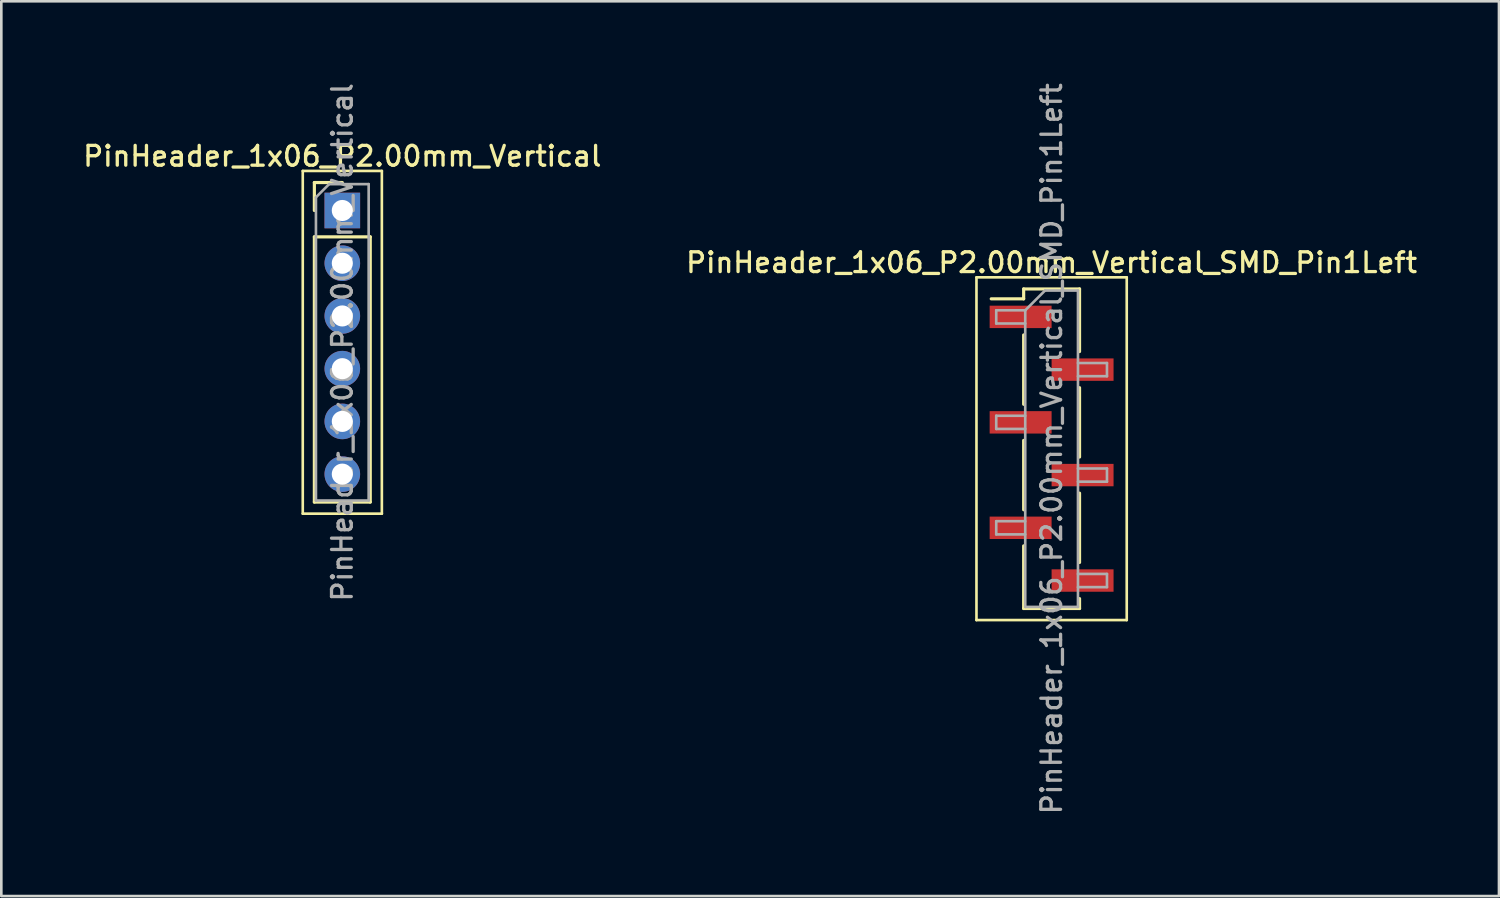
<source format=kicad_pcb>
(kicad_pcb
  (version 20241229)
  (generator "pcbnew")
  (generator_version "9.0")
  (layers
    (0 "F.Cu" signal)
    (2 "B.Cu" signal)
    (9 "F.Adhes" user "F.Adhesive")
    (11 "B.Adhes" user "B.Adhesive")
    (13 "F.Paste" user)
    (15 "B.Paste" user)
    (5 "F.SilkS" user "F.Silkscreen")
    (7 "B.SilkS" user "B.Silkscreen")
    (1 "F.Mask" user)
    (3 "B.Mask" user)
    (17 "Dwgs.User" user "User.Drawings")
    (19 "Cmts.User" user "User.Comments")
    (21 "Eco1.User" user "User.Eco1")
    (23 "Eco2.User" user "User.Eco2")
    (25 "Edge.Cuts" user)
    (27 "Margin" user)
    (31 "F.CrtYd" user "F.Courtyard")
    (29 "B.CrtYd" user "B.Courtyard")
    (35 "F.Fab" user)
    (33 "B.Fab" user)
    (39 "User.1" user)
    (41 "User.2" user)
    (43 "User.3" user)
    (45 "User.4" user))
  (footprint "PinHeader_1x06_P2.00mm_Vertical"
    (layer "F.Cu")
    (at 9.934 4.934)
    (property "Reference" "PinHeader_1x06_P2.00mm_Vertical" (at 0 -2.06 0) (layer "F.SilkS") (effects (font (size 0.75 0.75) (thickness 0.125))))
    (attr through_hole)
    (fp_line (start -1.5 -1.5) (end -1.5 11.5) (stroke (width 0.1) (type solid)) (layer "F.SilkS"))
    (fp_line (start -1.5 11.5) (end 1.5 11.5) (stroke (width 0.1) (type solid)) (layer "F.SilkS"))
    (fp_line (start -1.06 -1.06) (end 0 -1.06) (stroke (width 0.12) (type solid)) (layer "F.SilkS"))
    (fp_line (start -1.06 0) (end -1.06 -1.06) (stroke (width 0.12) (type solid)) (layer "F.SilkS"))
    (fp_line (start -1.06 1) (end -1.06 11.06) (stroke (width 0.12) (type solid)) (layer "F.SilkS"))
    (fp_line (start -1.06 1) (end 1.06 1) (stroke (width 0.12) (type solid)) (layer "F.SilkS"))
    (fp_line (start -1.06 11.06) (end 1.06 11.06) (stroke (width 0.12) (type solid)) (layer "F.SilkS"))
    (fp_line (start 1.06 1) (end 1.06 11.06) (stroke (width 0.12) (type solid)) (layer "F.SilkS"))
    (fp_line (start 1.5 -1.5) (end -1.5 -1.5) (stroke (width 0.1) (type solid)) (layer "F.SilkS"))
    (fp_line (start 1.5 11.5) (end 1.5 -1.5) (stroke (width 0.1) (type solid)) (layer "F.SilkS"))
    (fp_line (start -1 -0.5) (end -0.5 -1) (stroke (width 0.1) (type solid)) (layer "F.Fab"))
    (fp_line (start -1 11) (end -1 -0.5) (stroke (width 0.1) (type solid)) (layer "F.Fab"))
    (fp_line (start -0.5 -1) (end 1 -1) (stroke (width 0.1) (type solid)) (layer "F.Fab"))
    (fp_line (start 1 -1) (end 1 11) (stroke (width 0.1) (type solid)) (layer "F.Fab"))
    (fp_line (start 1 11) (end -1 11) (stroke (width 0.1) (type solid)) (layer "F.Fab"))
    (fp_text user "${REFERENCE}" (at 0 5 90) (layer "F.Fab") (effects (font (size 0.75 0.75) (thickness 0.125))))
    (pad "1" thru_hole rect (at 0 0) (size 1.35 1.35) (drill 0.8) (layers "*.Cu" "*.Mask"))
    (pad "2" thru_hole oval (at 0 2) (size 1.35 1.35) (drill 0.8) (layers "*.Cu" "*.Mask"))
    (pad "3" thru_hole oval (at 0 4) (size 1.35 1.35) (drill 0.8) (layers "*.Cu" "*.Mask"))
    (pad "4" thru_hole oval (at 0 6) (size 1.35 1.35) (drill 0.8) (layers "*.Cu" "*.Mask"))
    (pad "5" thru_hole oval (at 0 8) (size 1.35 1.35) (drill 0.8) (layers "*.Cu" "*.Mask"))
    (pad "6" thru_hole oval (at 0 10) (size 1.35 1.35) (drill 0.8) (layers "*.Cu" "*.Mask")))
  (footprint "PinHeader_1x06_P2.00mm_Vertical_SMD_Pin1Left"
    (layer "F.Cu")
    (at 36.838 13.97)
    (property "Reference" "PinHeader_1x06_P2.00mm_Vertical_SMD_Pin1Left" (at 0 -7.06 0) (layer "F.SilkS") (effects (font (size 0.75 0.75) (thickness 0.125))))
    (attr smd)
    (fp_line (start -2.85 -6.5) (end -2.85 6.5) (stroke (width 0.1) (type solid)) (layer "F.SilkS"))
    (fp_line (start -2.85 6.5) (end 2.85 6.5) (stroke (width 0.1) (type solid)) (layer "F.SilkS"))
    (fp_line (start -1.06 -6.06) (end -1.06 -5.685) (stroke (width 0.12) (type solid)) (layer "F.SilkS"))
    (fp_line (start -1.06 -6.06) (end 1.06 -6.06) (stroke (width 0.12) (type solid)) (layer "F.SilkS"))
    (fp_line (start -1.06 -5.685) (end -2.29 -5.685) (stroke (width 0.12) (type solid)) (layer "F.SilkS"))
    (fp_line (start -1.06 -4.315) (end -1.06 -1.685) (stroke (width 0.12) (type solid)) (layer "F.SilkS"))
    (fp_line (start -1.06 -0.315) (end -1.06 2.315) (stroke (width 0.12) (type solid)) (layer "F.SilkS"))
    (fp_line (start -1.06 3.685) (end -1.06 6.06) (stroke (width 0.12) (type solid)) (layer "F.SilkS"))
    (fp_line (start -1.06 6.06) (end 1.06 6.06) (stroke (width 0.12) (type solid)) (layer "F.SilkS"))
    (fp_line (start 1.06 -6.06) (end 1.06 -3.685) (stroke (width 0.12) (type solid)) (layer "F.SilkS"))
    (fp_line (start 1.06 -2.315) (end 1.06 0.315) (stroke (width 0.12) (type solid)) (layer "F.SilkS"))
    (fp_line (start 1.06 1.685) (end 1.06 4.315) (stroke (width 0.12) (type solid)) (layer "F.SilkS"))
    (fp_line (start 1.06 5.685) (end 1.06 6.06) (stroke (width 0.12) (type solid)) (layer "F.SilkS"))
    (fp_line (start 2.85 -6.5) (end -2.85 -6.5) (stroke (width 0.1) (type solid)) (layer "F.SilkS"))
    (fp_line (start 2.85 6.5) (end 2.85 -6.5) (stroke (width 0.1) (type solid)) (layer "F.SilkS"))
    (fp_line (start -2.1 -5.25) (end -2.1 -4.75) (stroke (width 0.1) (type solid)) (layer "F.Fab"))
    (fp_line (start -2.1 -4.75) (end -1 -4.75) (stroke (width 0.1) (type solid)) (layer "F.Fab"))
    (fp_line (start -2.1 -1.25) (end -2.1 -0.75) (stroke (width 0.1) (type solid)) (layer "F.Fab"))
    (fp_line (start -2.1 -0.75) (end -1 -0.75) (stroke (width 0.1) (type solid)) (layer "F.Fab"))
    (fp_line (start -2.1 2.75) (end -2.1 3.25) (stroke (width 0.1) (type solid)) (layer "F.Fab"))
    (fp_line (start -2.1 3.25) (end -1 3.25) (stroke (width 0.1) (type solid)) (layer "F.Fab"))
    (fp_line (start -1 -5.25) (end -2.1 -5.25) (stroke (width 0.1) (type solid)) (layer "F.Fab"))
    (fp_line (start -1 -5.25) (end -0.25 -6) (stroke (width 0.1) (type solid)) (layer "F.Fab"))
    (fp_line (start -1 -1.25) (end -2.1 -1.25) (stroke (width 0.1) (type solid)) (layer "F.Fab"))
    (fp_line (start -1 2.75) (end -2.1 2.75) (stroke (width 0.1) (type solid)) (layer "F.Fab"))
    (fp_line (start -1 6) (end -1 -5.25) (stroke (width 0.1) (type solid)) (layer "F.Fab"))
    (fp_line (start -0.25 -6) (end 1 -6) (stroke (width 0.1) (type solid)) (layer "F.Fab"))
    (fp_line (start 1 -6) (end 1 6) (stroke (width 0.1) (type solid)) (layer "F.Fab"))
    (fp_line (start 1 -3.25) (end 2.1 -3.25) (stroke (width 0.1) (type solid)) (layer "F.Fab"))
    (fp_line (start 1 0.75) (end 2.1 0.75) (stroke (width 0.1) (type solid)) (layer "F.Fab"))
    (fp_line (start 1 4.75) (end 2.1 4.75) (stroke (width 0.1) (type solid)) (layer "F.Fab"))
    (fp_line (start 1 6) (end -1 6) (stroke (width 0.1) (type solid)) (layer "F.Fab"))
    (fp_line (start 2.1 -3.25) (end 2.1 -2.75) (stroke (width 0.1) (type solid)) (layer "F.Fab"))
    (fp_line (start 2.1 -2.75) (end 1 -2.75) (stroke (width 0.1) (type solid)) (layer "F.Fab"))
    (fp_line (start 2.1 0.75) (end 2.1 1.25) (stroke (width 0.1) (type solid)) (layer "F.Fab"))
    (fp_line (start 2.1 1.25) (end 1 1.25) (stroke (width 0.1) (type solid)) (layer "F.Fab"))
    (fp_line (start 2.1 4.75) (end 2.1 5.25) (stroke (width 0.1) (type solid)) (layer "F.Fab"))
    (fp_line (start 2.1 5.25) (end 1 5.25) (stroke (width 0.1) (type solid)) (layer "F.Fab"))
    (fp_text user "${REFERENCE}" (at 0 0 90) (layer "F.Fab") (effects (font (size 0.75 0.75) (thickness 0.125))))
    (pad "1" smd rect (at -1.175 -5) (size 2.35 0.85) (layers "F.Cu" "F.Mask" "F.Paste"))
    (pad "2" smd rect (at 1.175 -3) (size 2.35 0.85) (layers "F.Cu" "F.Mask" "F.Paste"))
    (pad "3" smd rect (at -1.175 -1) (size 2.35 0.85) (layers "F.Cu" "F.Mask" "F.Paste"))
    (pad "4" smd rect (at 1.175 1) (size 2.35 0.85) (layers "F.Cu" "F.Mask" "F.Paste"))
    (pad "5" smd rect (at -1.175 3) (size 2.35 0.85) (layers "F.Cu" "F.Mask" "F.Paste"))
    (pad "6" smd rect (at 1.175 5) (size 2.35 0.85) (layers "F.Cu" "F.Mask" "F.Paste")))
  (gr_rect
    (start -3 -3)
    (end 53.807 30.939)
    (stroke (width 0.1) (type default))
    (fill no)
    (layer "Edge.Cuts")))
</source>
